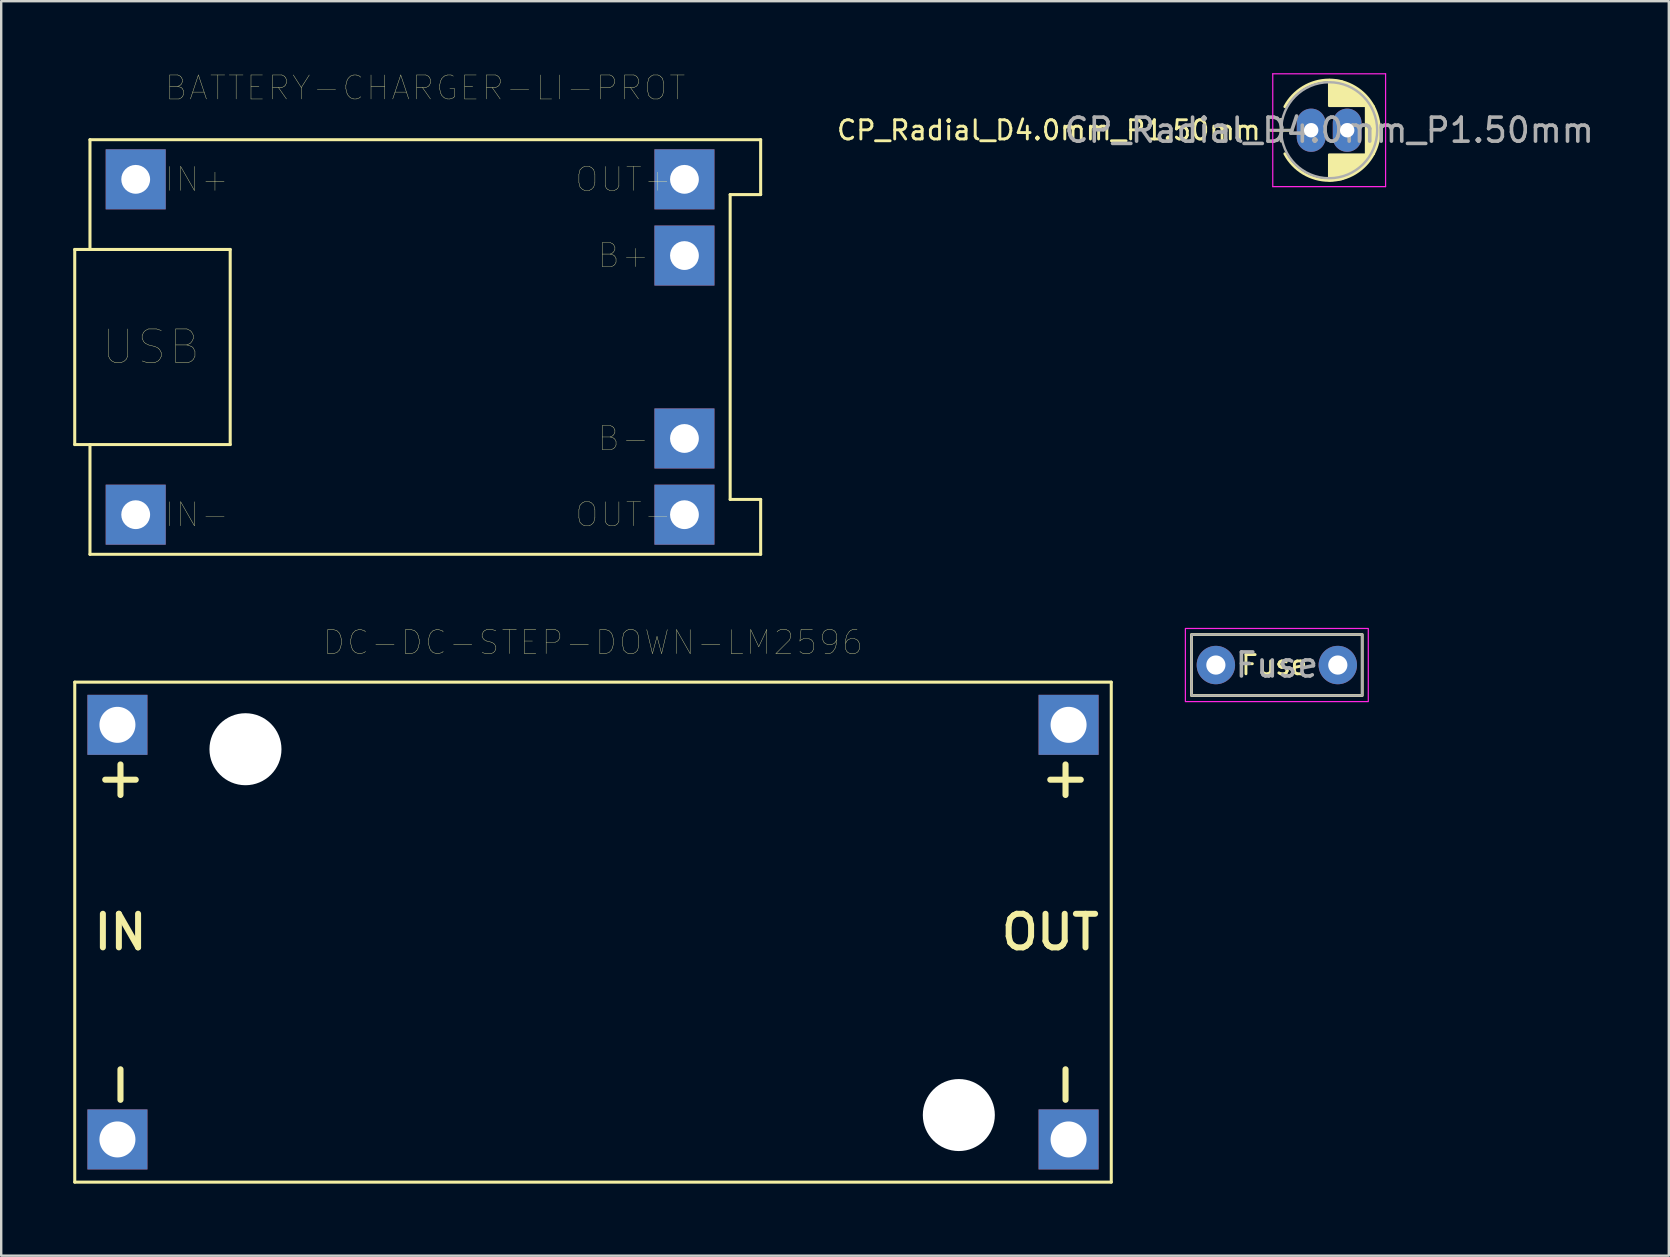
<source format=kicad_pcb>
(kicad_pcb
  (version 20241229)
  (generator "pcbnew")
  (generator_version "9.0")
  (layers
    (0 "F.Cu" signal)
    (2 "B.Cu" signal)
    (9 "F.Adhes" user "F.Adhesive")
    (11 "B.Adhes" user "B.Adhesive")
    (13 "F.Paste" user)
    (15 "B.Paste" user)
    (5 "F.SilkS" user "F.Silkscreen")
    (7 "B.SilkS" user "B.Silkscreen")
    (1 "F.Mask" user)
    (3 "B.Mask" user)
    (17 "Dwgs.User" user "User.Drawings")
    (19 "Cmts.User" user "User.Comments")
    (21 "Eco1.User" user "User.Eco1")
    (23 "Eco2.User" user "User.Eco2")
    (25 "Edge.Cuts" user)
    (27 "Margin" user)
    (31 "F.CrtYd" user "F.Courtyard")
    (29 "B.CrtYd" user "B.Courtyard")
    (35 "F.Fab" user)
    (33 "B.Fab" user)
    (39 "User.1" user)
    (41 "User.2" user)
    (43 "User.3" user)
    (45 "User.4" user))
  (footprint "Fuse"
    (layer "F.Cu")
    (at 47.602 24.655)
    (property "Reference" "Fuse" (at 2.434 0 180) (layer "F.SilkS") (effects (font (size 0.8 0.8) (thickness 0.12))))
    (attr through_hole)
    (fp_rect (start 6.096 1.27) (end -1.016 -1.27) (stroke (width 0.12) (type solid)) (fill no) (layer "F.SilkS"))
    (fp_rect (start 6.35 1.524) (end -1.27 -1.524) (stroke (width 0.05) (type solid)) (fill no) (layer "F.CrtYd"))
    (fp_rect (start -1.016 -1.27) (end 6.096 1.27) (stroke (width 0.1) (type solid)) (fill no) (layer "F.Fab"))
    (fp_text user "${REFERENCE}" (at 2.54 0 0) (layer "F.Fab") (effects (font (size 1 1) (thickness 0.15))))
    (pad "1" thru_hole circle (at 0 0) (size 1.6 1.6) (drill 0.8) (layers "*.Cu" "*.Mask"))
    (pad "2" thru_hole circle (at 5.08 0) (size 1.6 1.6) (drill 0.8) (layers "*.Cu" "*.Mask")))
  (footprint "DC-DC-STEP-DOWN-LM2596"
    (layer "F.Cu")
    (at 21.654 35.782)
    (property "Reference" "DC-DC-STEP-DOWN-LM2596" (at 0 -12.065 0) (layer "F.SilkS") (effects (font (size 1 1) (thickness 0.015))))
    (attr through_hole)
    (fp_line (start -21.59 -10.414) (end 21.59 -10.414) (stroke (width 0.127) (type solid)) (layer "F.SilkS"))
    (fp_line (start -21.59 10.414) (end -21.59 -10.414) (stroke (width 0.127) (type solid)) (layer "F.SilkS"))
    (fp_line (start -20.32 -6.35) (end -19.05 -6.35) (stroke (width 0.254) (type solid)) (layer "F.SilkS"))
    (fp_line (start -19.685 -6.985) (end -19.685 -5.715) (stroke (width 0.254) (type solid)) (layer "F.SilkS"))
    (fp_line (start -19.685 6.985) (end -19.685 5.715) (stroke (width 0.254) (type solid)) (layer "F.SilkS"))
    (fp_line (start 19.05 -6.35) (end 20.32 -6.35) (stroke (width 0.254) (type solid)) (layer "F.SilkS"))
    (fp_line (start 19.685 -6.985) (end 19.685 -5.715) (stroke (width 0.254) (type solid)) (layer "F.SilkS"))
    (fp_line (start 19.685 6.985) (end 19.685 5.715) (stroke (width 0.254) (type solid)) (layer "F.SilkS"))
    (fp_line (start 21.59 -10.414) (end 21.59 10.414) (stroke (width 0.127) (type solid)) (layer "F.SilkS"))
    (fp_line (start 21.59 10.414) (end -21.59 10.414) (stroke (width 0.127) (type solid)) (layer "F.SilkS"))
    (fp_text user "IN" (at -19.685 0 0) (layer "F.SilkS") (effects (font (size 1.4 1.4) (thickness 0.25))))
    (fp_text user "OUT" (at 19.05 0 0) (layer "F.SilkS") (effects (font (size 1.4 1.4) (thickness 0.25))))
    (pad "" np_thru_hole circle (at -14.478 -7.62) (size 3 3) (drill 3) (layers "*.Cu" "*.Mask"))
    (pad "" np_thru_hole circle (at 15.24 7.62) (size 3 3) (drill 3) (layers "*.Cu" "*.Mask"))
    (pad "IN+" thru_hole rect (at -19.812 -8.636) (size 2.5 2.5) (drill 1.5) (layers "*.Cu" "*.Mask"))
    (pad "IN-" thru_hole rect (at -19.812 8.636 90) (size 2.5 2.5) (drill 1.5) (layers "*.Cu" "*.Mask"))
    (pad "OUT+" thru_hole rect (at 19.812 -8.636) (size 2.5 2.5) (drill 1.5) (layers "*.Cu" "*.Mask"))
    (pad "OUT-" thru_hole rect (at 19.812 8.636) (size 2.5 2.5) (drill 1.5) (layers "*.Cu" "*.Mask")))
  (footprint "CP_Radial_D4.0mm_P1.50mm"
    (layer "F.Cu")
    (at 51.572 2.375)
    (property "Reference" "CP_Radial_D4.0mm_P1.50mm" (at -2.032 0 0) (layer "F.SilkS") (effects (font (size 0.8 0.8) (thickness 0.12)) (justify right)))
    (attr through_hole)
    (fp_line (start -1.7 0) (end -0.8 0) (stroke (width 0.12) (type solid)) (layer "F.SilkS"))
    (fp_line (start -1.25 -0.45) (end -1.25 0.45) (stroke (width 0.12) (type solid)) (layer "F.SilkS"))
    (fp_arc (start -1.095996 -0.98) (mid 0.75047 -2.09) (end 2.596436 -0.97917) (stroke (width 0.12) (type solid)) (layer "F.SilkS"))
    (fp_arc (start 2.595996 -0.98) (mid 2.84 -0.00047) (end 2.596436 0.97917) (stroke (width 0.12) (type solid)) (layer "F.SilkS"))
    (fp_arc (start 2.596436 0.97917) (mid 0.75047 2.09) (end -1.095996 0.98) (stroke (width 0.12) (type solid)) (layer "F.SilkS"))
    (fp_poly (pts (xy 1.27 -2.032) (xy 1.778 -1.778) (xy 2.596 -0.98) (xy 2.84 -0.00047) (xy 2.596 0.979) (xy 1.778 1.778) (xy 1.27 2.032) (xy 0.75 2.09) (xy 0.75 1.016) (xy 2.286 1.016) (xy 2.286 -1.016) (xy 0.75 -1.016) (xy 0.75 -2.09)) (stroke (width 0.1) (type solid)) (fill yes) (layer "F.SilkS"))
    (fp_line (start -1.6 -2.35) (end -1.6 2.35) (stroke (width 0.05) (type solid)) (layer "F.CrtYd"))
    (fp_line (start -1.6 2.35) (end 3.1 2.35) (stroke (width 0.05) (type solid)) (layer "F.CrtYd"))
    (fp_line (start 3.1 -2.35) (end -1.6 -2.35) (stroke (width 0.05) (type solid)) (layer "F.CrtYd"))
    (fp_line (start 3.1 2.35) (end 3.1 -2.35) (stroke (width 0.05) (type solid)) (layer "F.CrtYd"))
    (fp_line (start -1.7 0) (end -0.8 0) (stroke (width 0.1) (type solid)) (layer "F.Fab"))
    (fp_line (start -1.25 -0.45) (end -1.25 0.45) (stroke (width 0.1) (type solid)) (layer "F.Fab"))
    (fp_circle (center 0.75 0) (end 2.75 0) (stroke (width 0.1) (type solid)) (fill no) (layer "F.Fab"))
    (fp_text user "${REFERENCE}" (at 0.75 0 0) (layer "F.Fab") (effects (font (size 1 1) (thickness 0.15))))
    (pad "1" thru_hole oval (at 0 0) (size 1.2 1.8) (drill 0.6) (layers "*.Cu" "*.Mask"))
    (pad "2" thru_hole oval (at 1.5 0) (size 1.2 1.8) (drill 0.6) (layers "*.Cu" "*.Mask")))
  (footprint "BATTERY-CHARGER-LI-PROT"
    (layer "F.Cu")
    (at 14.668 11.406)
    (property "Reference" "BATTERY-CHARGER-LI-PROT" (at 0 -10.795 0) (layer "F.SilkS") (effects (font (size 1 1) (thickness 0.015))))
    (attr through_hole)
    (fp_line (start -14.605 -4.064) (end -14.605 4.064) (stroke (width 0.127) (type solid)) (layer "F.SilkS"))
    (fp_line (start -14.605 -4.064) (end -13.97 -4.064) (stroke (width 0.127) (type solid)) (layer "F.SilkS"))
    (fp_line (start -14.605 4.064) (end -13.97 4.064) (stroke (width 0.127) (type solid)) (layer "F.SilkS"))
    (fp_line (start -13.97 -8.636) (end -13.97 -4.064) (stroke (width 0.127) (type solid)) (layer "F.SilkS"))
    (fp_line (start -13.97 -8.636) (end 13.97 -8.636) (stroke (width 0.127) (type solid)) (layer "F.SilkS"))
    (fp_line (start -13.97 -4.064) (end -8.128 -4.064) (stroke (width 0.127) (type solid)) (layer "F.SilkS"))
    (fp_line (start -13.97 4.064) (end -8.128 4.064) (stroke (width 0.127) (type solid)) (layer "F.SilkS"))
    (fp_line (start -13.97 8.636) (end -13.97 4.064) (stroke (width 0.127) (type solid)) (layer "F.SilkS"))
    (fp_line (start -8.128 -4.064) (end -8.128 4.064) (stroke (width 0.127) (type solid)) (layer "F.SilkS"))
    (fp_line (start 12.7 -6.35) (end 12.7 6.35) (stroke (width 0.127) (type solid)) (layer "F.SilkS"))
    (fp_line (start 12.7 6.35) (end 13.97 6.35) (stroke (width 0.127) (type solid)) (layer "F.SilkS"))
    (fp_line (start 13.97 -8.636) (end 13.97 -6.35) (stroke (width 0.127) (type solid)) (layer "F.SilkS"))
    (fp_line (start 13.97 -6.35) (end 12.7 -6.35) (stroke (width 0.127) (type solid)) (layer "F.SilkS"))
    (fp_line (start 13.97 6.35) (end 13.97 8.636) (stroke (width 0.127) (type solid)) (layer "F.SilkS"))
    (fp_line (start 13.97 8.636) (end -13.97 8.636) (stroke (width 0.127) (type solid)) (layer "F.SilkS"))
    (fp_text user "IN+" (at -9.525 -6.985 0) (layer "F.SilkS") (effects (font (size 1 1) (thickness 0.015))))
    (fp_text user "IN-" (at -9.525 6.985 0) (layer "F.SilkS") (effects (font (size 1 1) (thickness 0.015))))
    (fp_text user "B-" (at 8.255 3.81 0) (layer "F.SilkS") (effects (font (size 1 1) (thickness 0.015))))
    (fp_text user "OUT+" (at 8.255 -6.985 0) (layer "F.SilkS") (effects (font (size 1 1) (thickness 0.015))))
    (fp_text user "OUT-" (at 8.255 6.985 0) (layer "F.SilkS") (effects (font (size 1 1) (thickness 0.015))))
    (fp_text user "B+" (at 8.255 -3.81 0) (layer "F.SilkS") (effects (font (size 1 1) (thickness 0.015))))
    (fp_text user "USB" (at -11.43 0 0) (layer "F.SilkS") (effects (font (size 1.4 1.4) (thickness 0.015))))
    (pad "B+" thru_hole rect (at 10.795 -3.81) (size 2.5 2.5) (drill 1.2) (layers "*.Cu" "*.Mask"))
    (pad "B-" thru_hole rect (at 10.795 3.81) (size 2.5 2.5) (drill 1.2) (layers "*.Cu" "*.Mask"))
    (pad "IN+" thru_hole rect (at -12.065 -6.985) (size 2.5 2.5) (drill 1.2) (layers "*.Cu" "*.Mask"))
    (pad "IN-" thru_hole rect (at -12.065 6.985) (size 2.5 2.5) (drill 1.2) (layers "*.Cu" "*.Mask"))
    (pad "OUT+" thru_hole rect (at 10.795 -6.985) (size 2.5 2.5) (drill 1.2) (layers "*.Cu" "*.Mask"))
    (pad "OUT-" thru_hole rect (at 10.795 6.985) (size 2.5 2.5) (drill 1.2) (layers "*.Cu" "*.Mask")))
  (gr_rect
    (start -3 -3)
    (end 66.471 49.26)
    (stroke (width 0.1) (type default))
    (fill no)
    (layer "Edge.Cuts")))
</source>
